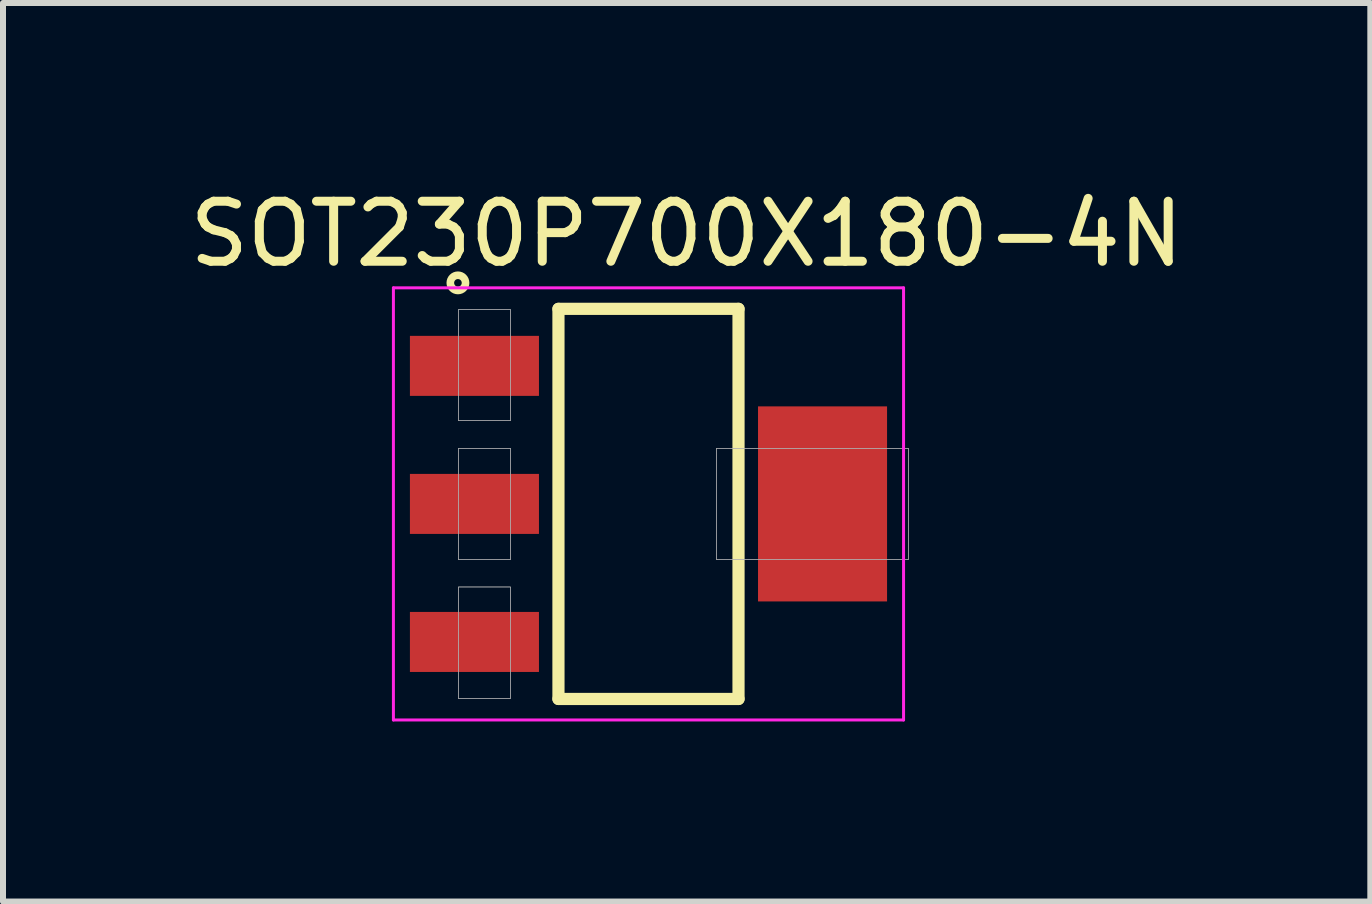
<source format=kicad_pcb>
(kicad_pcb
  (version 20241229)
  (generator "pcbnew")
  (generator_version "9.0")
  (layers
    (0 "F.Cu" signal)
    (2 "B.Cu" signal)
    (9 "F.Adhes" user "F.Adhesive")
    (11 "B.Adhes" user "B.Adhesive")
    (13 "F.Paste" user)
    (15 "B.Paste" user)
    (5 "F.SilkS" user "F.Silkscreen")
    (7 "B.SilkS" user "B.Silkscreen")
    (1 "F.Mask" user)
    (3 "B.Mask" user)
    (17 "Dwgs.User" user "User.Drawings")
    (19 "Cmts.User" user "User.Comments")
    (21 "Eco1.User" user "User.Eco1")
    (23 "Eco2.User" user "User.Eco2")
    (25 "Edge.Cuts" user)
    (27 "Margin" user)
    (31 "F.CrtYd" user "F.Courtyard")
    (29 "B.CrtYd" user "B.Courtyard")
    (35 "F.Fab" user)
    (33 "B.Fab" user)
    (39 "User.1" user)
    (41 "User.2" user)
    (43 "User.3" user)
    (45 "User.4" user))
  (footprint "SOT230P700X180-4N"
    (layer "F.Cu")
    (at 7.755 5.346)
    (property "Reference" "SOT230P700X180-4N" (at 0.635 -4.498 0) (layer "F.SilkS") (effects (font (size 1 1) (thickness 0.15))))
    (attr through_hole)
    (fp_line (start -1.5 -3.25) (end 1.5 -3.25) (stroke (width 0.203) (type solid)) (layer "F.SilkS"))
    (fp_line (start -1.5 3.25) (end -1.5 -3.25) (stroke (width 0.203) (type solid)) (layer "F.SilkS"))
    (fp_line (start 1.5 -3.25) (end 1.5 3.25) (stroke (width 0.203) (type solid)) (layer "F.SilkS"))
    (fp_line (start 1.5 3.25) (end -1.5 3.25) (stroke (width 0.203) (type solid)) (layer "F.SilkS"))
    (fp_circle (center -3.175 -3.683) (end -3.048 -3.683) (stroke (width 0.127) (type solid)) (fill no) (layer "F.SilkS"))
    (fp_line (start -4.25 -3.6) (end 4.25 -3.6) (stroke (width 0.05) (type solid)) (layer "F.CrtYd"))
    (fp_line (start -4.25 3.6) (end -4.25 -3.6) (stroke (width 0.05) (type solid)) (layer "F.CrtYd"))
    (fp_line (start 4.25 -3.6) (end 4.25 3.6) (stroke (width 0.05) (type solid)) (layer "F.CrtYd"))
    (fp_line (start 4.25 3.6) (end -4.25 3.6) (stroke (width 0.05) (type solid)) (layer "F.CrtYd"))
    (fp_poly (pts (xy -3.168 1.384) (xy -2.299 1.384) (xy -2.299 3.244) (xy -3.168 3.244)) (stroke (width 0.01) (type solid)) (fill no) (layer "F.Fab"))
    (fp_poly (pts (xy -3.168 -0.927) (xy -2.299 -0.927) (xy -2.299 0.929) (xy -3.168 0.929)) (stroke (width 0.01) (type solid)) (fill no) (layer "F.Fab"))
    (fp_poly (pts (xy -3.167 -3.239) (xy -2.299 -3.239) (xy -2.299 -1.386) (xy -3.167 -1.386)) (stroke (width 0.01) (type solid)) (fill no) (layer "F.Fab"))
    (fp_poly (pts (xy -3.166 -3.239) (xy -2.299 -3.239) (xy -2.299 -1.386) (xy -3.166 -1.386)) (stroke (width 0.01) (type solid)) (fill no) (layer "F.Fab"))
    (fp_poly (pts (xy -3.166 -0.927) (xy -2.299 -0.927) (xy -2.299 0.928) (xy -3.166 0.928)) (stroke (width 0.01) (type solid)) (fill no) (layer "F.Fab"))
    (fp_poly (pts (xy -3.166 1.384) (xy -2.299 1.384) (xy -2.299 3.242) (xy -3.166 3.242)) (stroke (width 0.01) (type solid)) (fill no) (layer "F.Fab"))
    (fp_poly (pts (xy 1.13 -0.927) (xy 4.331 -0.927) (xy 4.331 0.927) (xy 1.13 0.927)) (stroke (width 0.01) (type solid)) (fill no) (layer "F.Fab"))
    (fp_poly (pts (xy 1.132 -0.927) (xy 4.331 -0.927) (xy 4.331 0.928) (xy 1.132 0.928)) (stroke (width 0.01) (type solid)) (fill no) (layer "F.Fab"))
    (pad "1" smd rect (at -2.9 -2.3 270) (size 1 2.15) (layers "F.Cu" "F.Mask" "F.Paste"))
    (pad "2" smd rect (at -2.9 0 270) (size 1 2.15) (layers "F.Cu" "F.Mask" "F.Paste"))
    (pad "3" smd rect (at -2.9 2.3 270) (size 1 2.15) (layers "F.Cu" "F.Mask" "F.Paste"))
    (pad "4" smd rect (at 2.9 0 270) (size 3.25 2.15) (layers "F.Cu" "F.Mask" "F.Paste")))
  (gr_rect
    (start -3 -3)
    (end 19.782 11.971)
    (stroke (width 0.1) (type default))
    (fill no)
    (layer "Edge.Cuts")))
</source>
